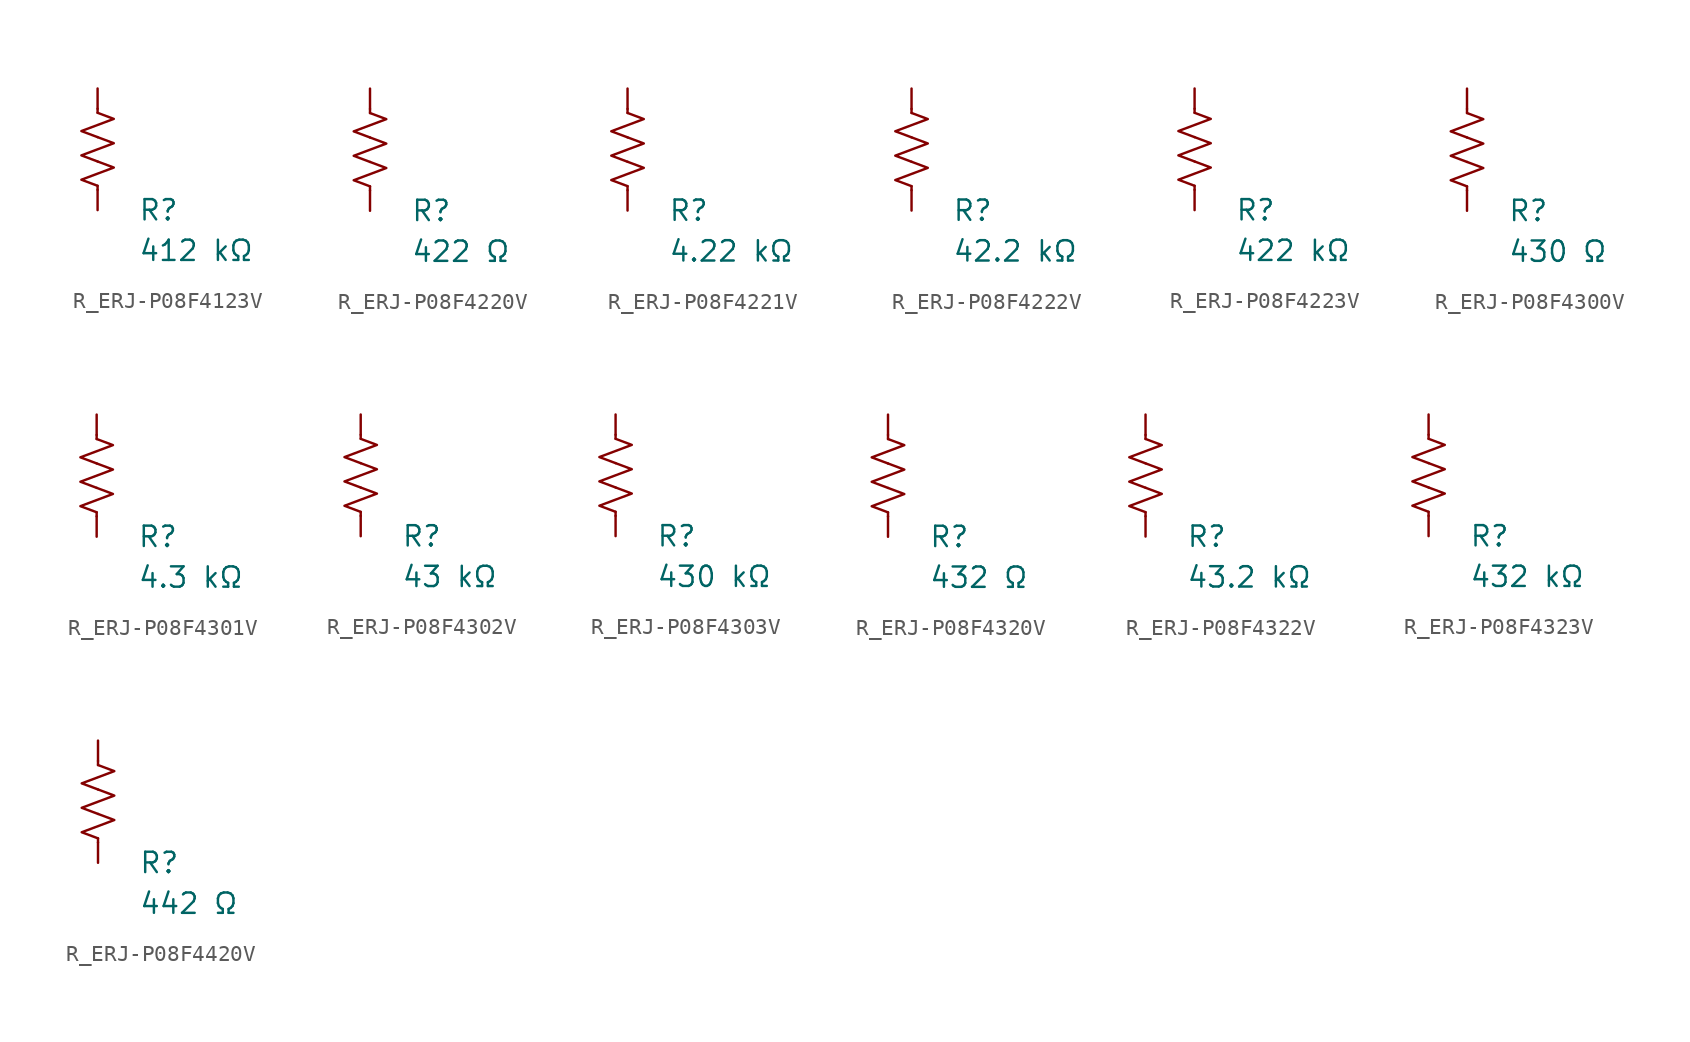
<source format=kicad_sym>
(kicad_symbol_lib
  (version 20231120)
  (generator "kicad_symbol_editor")
  (generator_version "8.0")
  (symbol "R_ERJ-P08F4123V"
    (pin_numbers hide)
    (pin_names
      (offset 0))
    (property "Reference" "R"
      (at 2.54 -3.81 0)
      (effects (font (size 1.27 1.27)) (justify left))
      (show_name no))
    (property "Value" "412 kΩ"
      (at 2.54 -6.35 0)
      (effects (font (size 1.27 1.27)) (justify left))
      (show_name no))
    (symbol "R_ERJ-P08F4123V_0_1"
      (polyline (pts (xy 0 -2.286) (xy 0 -2.54)) (stroke (width 0) (type default)) (fill (type none)))
      (polyline (pts (xy 0 2.286) (xy 0 2.54)) (stroke (width 0) (type default)) (fill (type none)))
      (polyline (pts (xy 0 -0.762) (xy 1.016 -1.143) (xy 0 -1.524) (xy -1.016 -1.905) (xy 0 -2.286)) (stroke (width 0) (type default)) (fill (type none)))
      (polyline (pts (xy 0 0.762) (xy 1.016 0.381) (xy 0 0) (xy -1.016 -0.381) (xy 0 -0.762)) (stroke (width 0) (type default)) (fill (type none)))
      (polyline (pts (xy 0 2.286) (xy 1.016 1.905) (xy 0 1.524) (xy -1.016 1.143) (xy 0 0.762)) (stroke (width 0) (type default)) (fill (type none))))
    (symbol "R_ERJ-P08F4123V_1_1"
      (pin passive line (at 0 3.81 270) (length 1.27) (name "~" (effects (font (size 1.27 1.27)))) (number "1" (effects (font (size 1.27 1.27)))))
      (pin passive line (at 0 -3.81 90) (length 1.27) (name "~" (effects (font (size 1.27 1.27)))) (number "2" (effects (font (size 1.27 1.27)))))))
  (symbol "R_ERJ-P08F4220V"
    (pin_numbers hide)
    (pin_names
      (offset 0))
    (property "Reference" "R"
      (at 2.54 -3.81 0)
      (effects (font (size 1.27 1.27)) (justify left))
      (show_name no))
    (property "Value" "422 Ω"
      (at 2.54 -6.35 0)
      (effects (font (size 1.27 1.27)) (justify left))
      (show_name no))
    (symbol "R_ERJ-P08F4220V_0_1"
      (polyline (pts (xy 0 -2.286) (xy 0 -2.54)) (stroke (width 0) (type default)) (fill (type none)))
      (polyline (pts (xy 0 2.286) (xy 0 2.54)) (stroke (width 0) (type default)) (fill (type none)))
      (polyline (pts (xy 0 -0.762) (xy 1.016 -1.143) (xy 0 -1.524) (xy -1.016 -1.905) (xy 0 -2.286)) (stroke (width 0) (type default)) (fill (type none)))
      (polyline (pts (xy 0 0.762) (xy 1.016 0.381) (xy 0 0) (xy -1.016 -0.381) (xy 0 -0.762)) (stroke (width 0) (type default)) (fill (type none)))
      (polyline (pts (xy 0 2.286) (xy 1.016 1.905) (xy 0 1.524) (xy -1.016 1.143) (xy 0 0.762)) (stroke (width 0) (type default)) (fill (type none))))
    (symbol "R_ERJ-P08F4220V_1_1"
      (pin passive line (at 0 3.81 270) (length 1.27) (name "~" (effects (font (size 1.27 1.27)))) (number "1" (effects (font (size 1.27 1.27)))))
      (pin passive line (at 0 -3.81 90) (length 1.27) (name "~" (effects (font (size 1.27 1.27)))) (number "2" (effects (font (size 1.27 1.27)))))))
  (symbol "R_ERJ-P08F4221V"
    (pin_numbers hide)
    (pin_names
      (offset 0))
    (property "Reference" "R"
      (at 2.54 -3.81 0)
      (effects (font (size 1.27 1.27)) (justify left))
      (show_name no))
    (property "Value" "4.22 kΩ"
      (at 2.54 -6.35 0)
      (effects (font (size 1.27 1.27)) (justify left))
      (show_name no))
    (symbol "R_ERJ-P08F4221V_0_1"
      (polyline (pts (xy 0 -2.286) (xy 0 -2.54)) (stroke (width 0) (type default)) (fill (type none)))
      (polyline (pts (xy 0 2.286) (xy 0 2.54)) (stroke (width 0) (type default)) (fill (type none)))
      (polyline (pts (xy 0 -0.762) (xy 1.016 -1.143) (xy 0 -1.524) (xy -1.016 -1.905) (xy 0 -2.286)) (stroke (width 0) (type default)) (fill (type none)))
      (polyline (pts (xy 0 0.762) (xy 1.016 0.381) (xy 0 0) (xy -1.016 -0.381) (xy 0 -0.762)) (stroke (width 0) (type default)) (fill (type none)))
      (polyline (pts (xy 0 2.286) (xy 1.016 1.905) (xy 0 1.524) (xy -1.016 1.143) (xy 0 0.762)) (stroke (width 0) (type default)) (fill (type none))))
    (symbol "R_ERJ-P08F4221V_1_1"
      (pin passive line (at 0 3.81 270) (length 1.27) (name "~" (effects (font (size 1.27 1.27)))) (number "1" (effects (font (size 1.27 1.27)))))
      (pin passive line (at 0 -3.81 90) (length 1.27) (name "~" (effects (font (size 1.27 1.27)))) (number "2" (effects (font (size 1.27 1.27)))))))
  (symbol "R_ERJ-P08F4222V"
    (pin_numbers hide)
    (pin_names
      (offset 0))
    (property "Reference" "R"
      (at 2.54 -3.81 0)
      (effects (font (size 1.27 1.27)) (justify left))
      (show_name no))
    (property "Value" "42.2 kΩ"
      (at 2.54 -6.35 0)
      (effects (font (size 1.27 1.27)) (justify left))
      (show_name no))
    (symbol "R_ERJ-P08F4222V_0_1"
      (polyline (pts (xy 0 -2.286) (xy 0 -2.54)) (stroke (width 0) (type default)) (fill (type none)))
      (polyline (pts (xy 0 2.286) (xy 0 2.54)) (stroke (width 0) (type default)) (fill (type none)))
      (polyline (pts (xy 0 -0.762) (xy 1.016 -1.143) (xy 0 -1.524) (xy -1.016 -1.905) (xy 0 -2.286)) (stroke (width 0) (type default)) (fill (type none)))
      (polyline (pts (xy 0 0.762) (xy 1.016 0.381) (xy 0 0) (xy -1.016 -0.381) (xy 0 -0.762)) (stroke (width 0) (type default)) (fill (type none)))
      (polyline (pts (xy 0 2.286) (xy 1.016 1.905) (xy 0 1.524) (xy -1.016 1.143) (xy 0 0.762)) (stroke (width 0) (type default)) (fill (type none))))
    (symbol "R_ERJ-P08F4222V_1_1"
      (pin passive line (at 0 3.81 270) (length 1.27) (name "~" (effects (font (size 1.27 1.27)))) (number "1" (effects (font (size 1.27 1.27)))))
      (pin passive line (at 0 -3.81 90) (length 1.27) (name "~" (effects (font (size 1.27 1.27)))) (number "2" (effects (font (size 1.27 1.27)))))))
  (symbol "R_ERJ-P08F4223V"
    (pin_numbers hide)
    (pin_names
      (offset 0))
    (property "Reference" "R"
      (at 2.54 -3.81 0)
      (effects (font (size 1.27 1.27)) (justify left))
      (show_name no))
    (property "Value" "422 kΩ"
      (at 2.54 -6.35 0)
      (effects (font (size 1.27 1.27)) (justify left))
      (show_name no))
    (symbol "R_ERJ-P08F4223V_0_1"
      (polyline (pts (xy 0 -2.286) (xy 0 -2.54)) (stroke (width 0) (type default)) (fill (type none)))
      (polyline (pts (xy 0 2.286) (xy 0 2.54)) (stroke (width 0) (type default)) (fill (type none)))
      (polyline (pts (xy 0 -0.762) (xy 1.016 -1.143) (xy 0 -1.524) (xy -1.016 -1.905) (xy 0 -2.286)) (stroke (width 0) (type default)) (fill (type none)))
      (polyline (pts (xy 0 0.762) (xy 1.016 0.381) (xy 0 0) (xy -1.016 -0.381) (xy 0 -0.762)) (stroke (width 0) (type default)) (fill (type none)))
      (polyline (pts (xy 0 2.286) (xy 1.016 1.905) (xy 0 1.524) (xy -1.016 1.143) (xy 0 0.762)) (stroke (width 0) (type default)) (fill (type none))))
    (symbol "R_ERJ-P08F4223V_1_1"
      (pin passive line (at 0 3.81 270) (length 1.27) (name "~" (effects (font (size 1.27 1.27)))) (number "1" (effects (font (size 1.27 1.27)))))
      (pin passive line (at 0 -3.81 90) (length 1.27) (name "~" (effects (font (size 1.27 1.27)))) (number "2" (effects (font (size 1.27 1.27)))))))
  (symbol "R_ERJ-P08F4300V"
    (pin_numbers hide)
    (pin_names
      (offset 0))
    (property "Reference" "R"
      (at 2.54 -3.81 0)
      (effects (font (size 1.27 1.27)) (justify left))
      (show_name no))
    (property "Value" "430 Ω"
      (at 2.54 -6.35 0)
      (effects (font (size 1.27 1.27)) (justify left))
      (show_name no))
    (symbol "R_ERJ-P08F4300V_0_1"
      (polyline (pts (xy 0 -2.286) (xy 0 -2.54)) (stroke (width 0) (type default)) (fill (type none)))
      (polyline (pts (xy 0 2.286) (xy 0 2.54)) (stroke (width 0) (type default)) (fill (type none)))
      (polyline (pts (xy 0 -0.762) (xy 1.016 -1.143) (xy 0 -1.524) (xy -1.016 -1.905) (xy 0 -2.286)) (stroke (width 0) (type default)) (fill (type none)))
      (polyline (pts (xy 0 0.762) (xy 1.016 0.381) (xy 0 0) (xy -1.016 -0.381) (xy 0 -0.762)) (stroke (width 0) (type default)) (fill (type none)))
      (polyline (pts (xy 0 2.286) (xy 1.016 1.905) (xy 0 1.524) (xy -1.016 1.143) (xy 0 0.762)) (stroke (width 0) (type default)) (fill (type none))))
    (symbol "R_ERJ-P08F4300V_1_1"
      (pin passive line (at 0 3.81 270) (length 1.27) (name "~" (effects (font (size 1.27 1.27)))) (number "1" (effects (font (size 1.27 1.27)))))
      (pin passive line (at 0 -3.81 90) (length 1.27) (name "~" (effects (font (size 1.27 1.27)))) (number "2" (effects (font (size 1.27 1.27)))))))
  (symbol "R_ERJ-P08F4301V"
    (pin_numbers hide)
    (pin_names
      (offset 0))
    (property "Reference" "R"
      (at 2.54 -3.81 0)
      (effects (font (size 1.27 1.27)) (justify left))
      (show_name no))
    (property "Value" "4.3 kΩ"
      (at 2.54 -6.35 0)
      (effects (font (size 1.27 1.27)) (justify left))
      (show_name no))
    (symbol "R_ERJ-P08F4301V_0_1"
      (polyline (pts (xy 0 -2.286) (xy 0 -2.54)) (stroke (width 0) (type default)) (fill (type none)))
      (polyline (pts (xy 0 2.286) (xy 0 2.54)) (stroke (width 0) (type default)) (fill (type none)))
      (polyline (pts (xy 0 -0.762) (xy 1.016 -1.143) (xy 0 -1.524) (xy -1.016 -1.905) (xy 0 -2.286)) (stroke (width 0) (type default)) (fill (type none)))
      (polyline (pts (xy 0 0.762) (xy 1.016 0.381) (xy 0 0) (xy -1.016 -0.381) (xy 0 -0.762)) (stroke (width 0) (type default)) (fill (type none)))
      (polyline (pts (xy 0 2.286) (xy 1.016 1.905) (xy 0 1.524) (xy -1.016 1.143) (xy 0 0.762)) (stroke (width 0) (type default)) (fill (type none))))
    (symbol "R_ERJ-P08F4301V_1_1"
      (pin passive line (at 0 3.81 270) (length 1.27) (name "~" (effects (font (size 1.27 1.27)))) (number "1" (effects (font (size 1.27 1.27)))))
      (pin passive line (at 0 -3.81 90) (length 1.27) (name "~" (effects (font (size 1.27 1.27)))) (number "2" (effects (font (size 1.27 1.27)))))))
  (symbol "R_ERJ-P08F4302V"
    (pin_numbers hide)
    (pin_names
      (offset 0))
    (property "Reference" "R"
      (at 2.54 -3.81 0)
      (effects (font (size 1.27 1.27)) (justify left))
      (show_name no))
    (property "Value" "43 kΩ"
      (at 2.54 -6.35 0)
      (effects (font (size 1.27 1.27)) (justify left))
      (show_name no))
    (symbol "R_ERJ-P08F4302V_0_1"
      (polyline (pts (xy 0 -2.286) (xy 0 -2.54)) (stroke (width 0) (type default)) (fill (type none)))
      (polyline (pts (xy 0 2.286) (xy 0 2.54)) (stroke (width 0) (type default)) (fill (type none)))
      (polyline (pts (xy 0 -0.762) (xy 1.016 -1.143) (xy 0 -1.524) (xy -1.016 -1.905) (xy 0 -2.286)) (stroke (width 0) (type default)) (fill (type none)))
      (polyline (pts (xy 0 0.762) (xy 1.016 0.381) (xy 0 0) (xy -1.016 -0.381) (xy 0 -0.762)) (stroke (width 0) (type default)) (fill (type none)))
      (polyline (pts (xy 0 2.286) (xy 1.016 1.905) (xy 0 1.524) (xy -1.016 1.143) (xy 0 0.762)) (stroke (width 0) (type default)) (fill (type none))))
    (symbol "R_ERJ-P08F4302V_1_1"
      (pin passive line (at 0 3.81 270) (length 1.27) (name "~" (effects (font (size 1.27 1.27)))) (number "1" (effects (font (size 1.27 1.27)))))
      (pin passive line (at 0 -3.81 90) (length 1.27) (name "~" (effects (font (size 1.27 1.27)))) (number "2" (effects (font (size 1.27 1.27)))))))
  (symbol "R_ERJ-P08F4303V"
    (pin_numbers hide)
    (pin_names
      (offset 0))
    (property "Reference" "R"
      (at 2.54 -3.81 0)
      (effects (font (size 1.27 1.27)) (justify left))
      (show_name no))
    (property "Value" "430 kΩ"
      (at 2.54 -6.35 0)
      (effects (font (size 1.27 1.27)) (justify left))
      (show_name no))
    (symbol "R_ERJ-P08F4303V_0_1"
      (polyline (pts (xy 0 -2.286) (xy 0 -2.54)) (stroke (width 0) (type default)) (fill (type none)))
      (polyline (pts (xy 0 2.286) (xy 0 2.54)) (stroke (width 0) (type default)) (fill (type none)))
      (polyline (pts (xy 0 -0.762) (xy 1.016 -1.143) (xy 0 -1.524) (xy -1.016 -1.905) (xy 0 -2.286)) (stroke (width 0) (type default)) (fill (type none)))
      (polyline (pts (xy 0 0.762) (xy 1.016 0.381) (xy 0 0) (xy -1.016 -0.381) (xy 0 -0.762)) (stroke (width 0) (type default)) (fill (type none)))
      (polyline (pts (xy 0 2.286) (xy 1.016 1.905) (xy 0 1.524) (xy -1.016 1.143) (xy 0 0.762)) (stroke (width 0) (type default)) (fill (type none))))
    (symbol "R_ERJ-P08F4303V_1_1"
      (pin passive line (at 0 3.81 270) (length 1.27) (name "~" (effects (font (size 1.27 1.27)))) (number "1" (effects (font (size 1.27 1.27)))))
      (pin passive line (at 0 -3.81 90) (length 1.27) (name "~" (effects (font (size 1.27 1.27)))) (number "2" (effects (font (size 1.27 1.27)))))))
  (symbol "R_ERJ-P08F4320V"
    (pin_numbers hide)
    (pin_names
      (offset 0))
    (property "Reference" "R"
      (at 2.54 -3.81 0)
      (effects (font (size 1.27 1.27)) (justify left))
      (show_name no))
    (property "Value" "432 Ω"
      (at 2.54 -6.35 0)
      (effects (font (size 1.27 1.27)) (justify left))
      (show_name no))
    (symbol "R_ERJ-P08F4320V_0_1"
      (polyline (pts (xy 0 -2.286) (xy 0 -2.54)) (stroke (width 0) (type default)) (fill (type none)))
      (polyline (pts (xy 0 2.286) (xy 0 2.54)) (stroke (width 0) (type default)) (fill (type none)))
      (polyline (pts (xy 0 -0.762) (xy 1.016 -1.143) (xy 0 -1.524) (xy -1.016 -1.905) (xy 0 -2.286)) (stroke (width 0) (type default)) (fill (type none)))
      (polyline (pts (xy 0 0.762) (xy 1.016 0.381) (xy 0 0) (xy -1.016 -0.381) (xy 0 -0.762)) (stroke (width 0) (type default)) (fill (type none)))
      (polyline (pts (xy 0 2.286) (xy 1.016 1.905) (xy 0 1.524) (xy -1.016 1.143) (xy 0 0.762)) (stroke (width 0) (type default)) (fill (type none))))
    (symbol "R_ERJ-P08F4320V_1_1"
      (pin passive line (at 0 3.81 270) (length 1.27) (name "~" (effects (font (size 1.27 1.27)))) (number "1" (effects (font (size 1.27 1.27)))))
      (pin passive line (at 0 -3.81 90) (length 1.27) (name "~" (effects (font (size 1.27 1.27)))) (number "2" (effects (font (size 1.27 1.27)))))))
  (symbol "R_ERJ-P08F4322V"
    (pin_numbers hide)
    (pin_names
      (offset 0))
    (property "Reference" "R"
      (at 2.54 -3.81 0)
      (effects (font (size 1.27 1.27)) (justify left))
      (show_name no))
    (property "Value" "43.2 kΩ"
      (at 2.54 -6.35 0)
      (effects (font (size 1.27 1.27)) (justify left))
      (show_name no))
    (symbol "R_ERJ-P08F4322V_0_1"
      (polyline (pts (xy 0 -2.286) (xy 0 -2.54)) (stroke (width 0) (type default)) (fill (type none)))
      (polyline (pts (xy 0 2.286) (xy 0 2.54)) (stroke (width 0) (type default)) (fill (type none)))
      (polyline (pts (xy 0 -0.762) (xy 1.016 -1.143) (xy 0 -1.524) (xy -1.016 -1.905) (xy 0 -2.286)) (stroke (width 0) (type default)) (fill (type none)))
      (polyline (pts (xy 0 0.762) (xy 1.016 0.381) (xy 0 0) (xy -1.016 -0.381) (xy 0 -0.762)) (stroke (width 0) (type default)) (fill (type none)))
      (polyline (pts (xy 0 2.286) (xy 1.016 1.905) (xy 0 1.524) (xy -1.016 1.143) (xy 0 0.762)) (stroke (width 0) (type default)) (fill (type none))))
    (symbol "R_ERJ-P08F4322V_1_1"
      (pin passive line (at 0 3.81 270) (length 1.27) (name "~" (effects (font (size 1.27 1.27)))) (number "1" (effects (font (size 1.27 1.27)))))
      (pin passive line (at 0 -3.81 90) (length 1.27) (name "~" (effects (font (size 1.27 1.27)))) (number "2" (effects (font (size 1.27 1.27)))))))
  (symbol "R_ERJ-P08F4323V"
    (pin_numbers hide)
    (pin_names
      (offset 0))
    (property "Reference" "R"
      (at 2.54 -3.81 0)
      (effects (font (size 1.27 1.27)) (justify left))
      (show_name no))
    (property "Value" "432 kΩ"
      (at 2.54 -6.35 0)
      (effects (font (size 1.27 1.27)) (justify left))
      (show_name no))
    (symbol "R_ERJ-P08F4323V_0_1"
      (polyline (pts (xy 0 -2.286) (xy 0 -2.54)) (stroke (width 0) (type default)) (fill (type none)))
      (polyline (pts (xy 0 2.286) (xy 0 2.54)) (stroke (width 0) (type default)) (fill (type none)))
      (polyline (pts (xy 0 -0.762) (xy 1.016 -1.143) (xy 0 -1.524) (xy -1.016 -1.905) (xy 0 -2.286)) (stroke (width 0) (type default)) (fill (type none)))
      (polyline (pts (xy 0 0.762) (xy 1.016 0.381) (xy 0 0) (xy -1.016 -0.381) (xy 0 -0.762)) (stroke (width 0) (type default)) (fill (type none)))
      (polyline (pts (xy 0 2.286) (xy 1.016 1.905) (xy 0 1.524) (xy -1.016 1.143) (xy 0 0.762)) (stroke (width 0) (type default)) (fill (type none))))
    (symbol "R_ERJ-P08F4323V_1_1"
      (pin passive line (at 0 3.81 270) (length 1.27) (name "~" (effects (font (size 1.27 1.27)))) (number "1" (effects (font (size 1.27 1.27)))))
      (pin passive line (at 0 -3.81 90) (length 1.27) (name "~" (effects (font (size 1.27 1.27)))) (number "2" (effects (font (size 1.27 1.27)))))))
  (symbol "R_ERJ-P08F4420V"
    (pin_numbers hide)
    (pin_names
      (offset 0))
    (property "Reference" "R"
      (at 2.54 -3.81 0)
      (effects (font (size 1.27 1.27)) (justify left))
      (show_name no))
    (property "Value" "442 Ω"
      (at 2.54 -6.35 0)
      (effects (font (size 1.27 1.27)) (justify left))
      (show_name no))
    (symbol "R_ERJ-P08F4420V_0_1"
      (polyline (pts (xy 0 -2.286) (xy 0 -2.54)) (stroke (width 0) (type default)) (fill (type none)))
      (polyline (pts (xy 0 2.286) (xy 0 2.54)) (stroke (width 0) (type default)) (fill (type none)))
      (polyline (pts (xy 0 -0.762) (xy 1.016 -1.143) (xy 0 -1.524) (xy -1.016 -1.905) (xy 0 -2.286)) (stroke (width 0) (type default)) (fill (type none)))
      (polyline (pts (xy 0 0.762) (xy 1.016 0.381) (xy 0 0) (xy -1.016 -0.381) (xy 0 -0.762)) (stroke (width 0) (type default)) (fill (type none)))
      (polyline (pts (xy 0 2.286) (xy 1.016 1.905) (xy 0 1.524) (xy -1.016 1.143) (xy 0 0.762)) (stroke (width 0) (type default)) (fill (type none))))
    (symbol "R_ERJ-P08F4420V_1_1"
      (pin passive line (at 0 3.81 270) (length 1.27) (name "~" (effects (font (size 1.27 1.27)))) (number "1" (effects (font (size 1.27 1.27)))))
      (pin passive line (at 0 -3.81 90) (length 1.27) (name "~" (effects (font (size 1.27 1.27)))) (number "2" (effects (font (size 1.27 1.27))))))))
</source>
